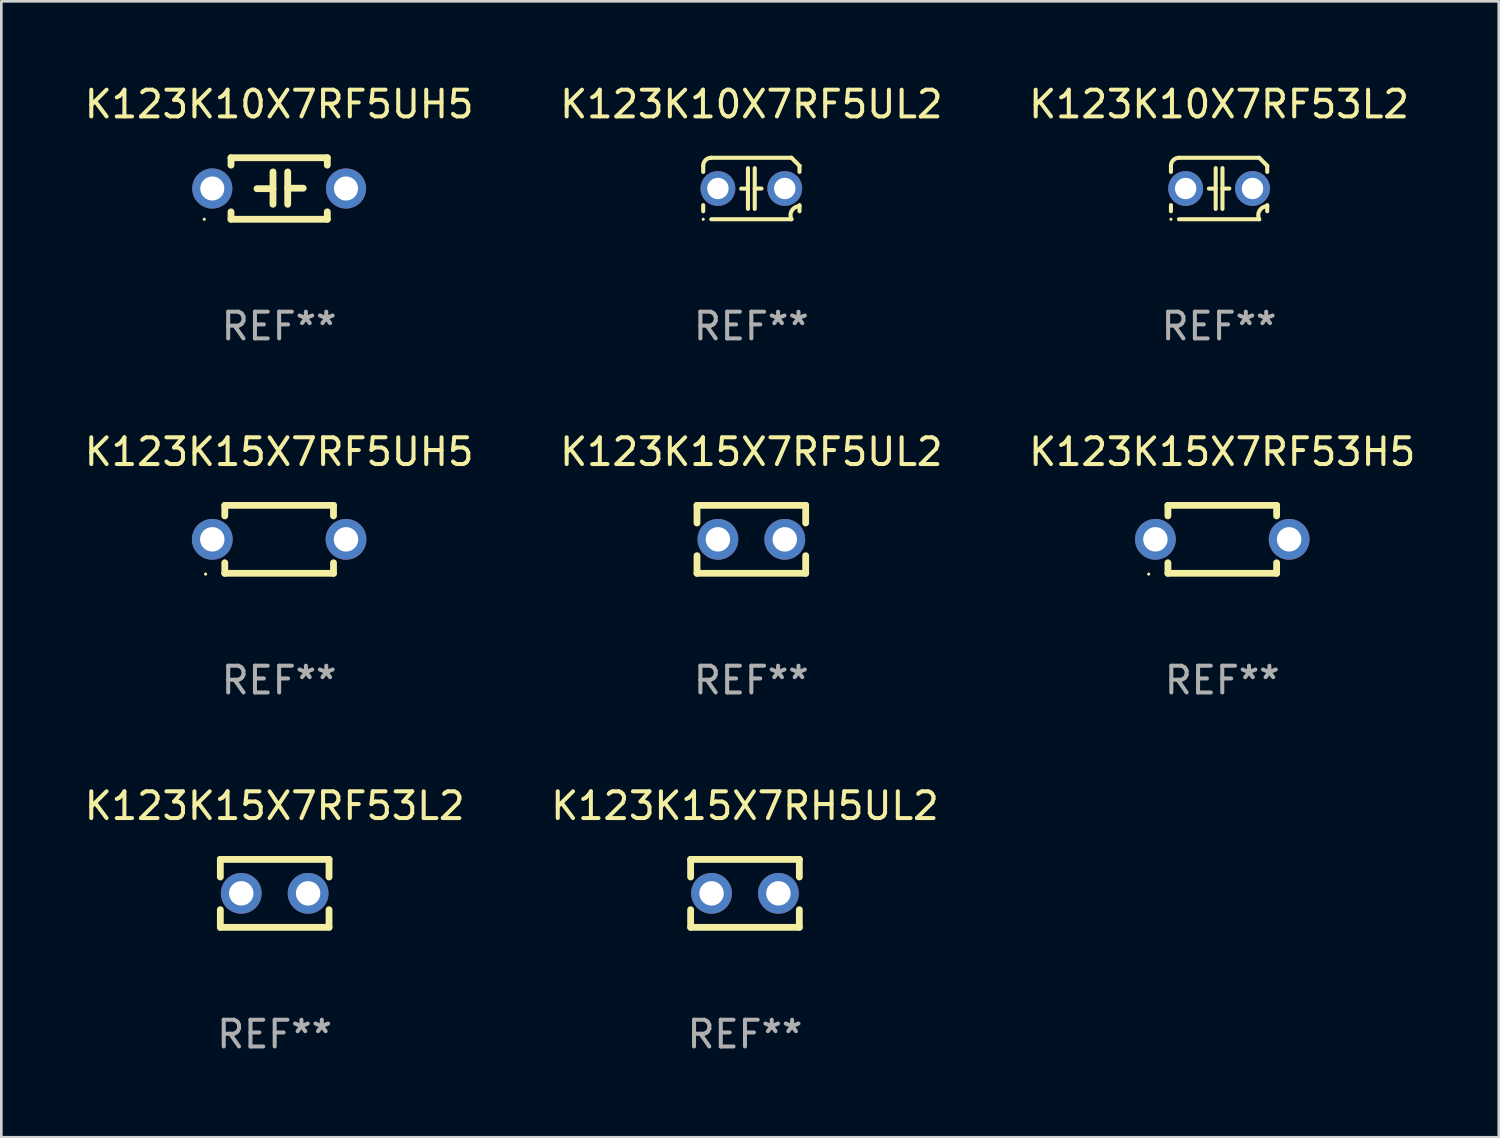
<source format=kicad_pcb>
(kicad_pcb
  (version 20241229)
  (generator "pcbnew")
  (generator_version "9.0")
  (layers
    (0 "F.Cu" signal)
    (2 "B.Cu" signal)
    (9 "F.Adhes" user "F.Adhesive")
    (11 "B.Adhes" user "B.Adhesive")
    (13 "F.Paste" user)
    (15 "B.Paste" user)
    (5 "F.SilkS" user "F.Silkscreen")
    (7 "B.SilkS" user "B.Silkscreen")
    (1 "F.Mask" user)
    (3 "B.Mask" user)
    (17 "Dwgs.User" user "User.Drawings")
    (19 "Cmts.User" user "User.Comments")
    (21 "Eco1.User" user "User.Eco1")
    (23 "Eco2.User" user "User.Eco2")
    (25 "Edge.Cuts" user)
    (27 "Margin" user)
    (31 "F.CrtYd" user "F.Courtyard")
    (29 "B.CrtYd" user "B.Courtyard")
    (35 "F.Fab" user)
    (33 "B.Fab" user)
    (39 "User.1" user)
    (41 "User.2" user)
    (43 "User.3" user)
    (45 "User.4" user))
  (footprint "K123K15X7RH5UL2"
    (layer "F.Cu")
    (at 24.804 30.351)
    (property "Reference" "K123K15X7RH5UL2" (at 0 -3.27 0) (layer "F.SilkS") (effects (font (size 1 1) (thickness 0.15))))
    (attr through_hole)
    (fp_line (start -2.032 -1.27) (end -2.032 -0.611) (stroke (width 0.254) (type solid)) (layer "F.SilkS"))
    (fp_line (start -2.032 0.611) (end -2.032 1.27) (stroke (width 0.254) (type solid)) (layer "F.SilkS"))
    (fp_line (start -2.032 1.27) (end 2.032 1.27) (stroke (width 0.254) (type solid)) (layer "F.SilkS"))
    (fp_line (start 2.032 -1.27) (end -2.032 -1.27) (stroke (width 0.254) (type solid)) (layer "F.SilkS"))
    (fp_line (start 2.032 -0.611) (end 2.032 -1.27) (stroke (width 0.254) (type solid)) (layer "F.SilkS"))
    (fp_line (start 2.032 1.27) (end 2.032 0.611) (stroke (width 0.254) (type solid)) (layer "F.SilkS"))
    (fp_circle (center -2 1.3) (end -1.97 1.3) (stroke (width 0.06) (type solid)) (fill no) (layer "F.SilkS"))
    (fp_text user "REF**" (at 0 5.27 0) (layer "F.Fab") (effects (font (size 1 1) (thickness 0.15))))
    (pad "1" thru_hole circle (at -1.25 0) (size 1.524 1.524) (drill 0.914) (layers "*.Cu" "*.Mask"))
    (pad "2" thru_hole circle (at 1.25 0) (size 1.524 1.524) (drill 0.914) (layers "*.Cu" "*.Mask")))
  (footprint "K123K15X7RF5UH5"
    (layer "F.Cu")
    (at 7.387 17.115)
    (property "Reference" "K123K15X7RF5UH5" (at 0 -3.27 0) (layer "F.SilkS") (effects (font (size 1 1) (thickness 0.15))))
    (attr through_hole)
    (fp_line (start -2.032 -1.27) (end -2.032 -0.876) (stroke (width 0.254) (type solid)) (layer "F.SilkS"))
    (fp_line (start -2.032 0.876) (end -2.032 1.27) (stroke (width 0.254) (type solid)) (layer "F.SilkS"))
    (fp_line (start -2.032 1.27) (end 2.032 1.27) (stroke (width 0.254) (type solid)) (layer "F.SilkS"))
    (fp_line (start 2.032 -1.27) (end -2.032 -1.27) (stroke (width 0.254) (type solid)) (layer "F.SilkS"))
    (fp_line (start 2.032 -0.876) (end 2.032 -1.27) (stroke (width 0.254) (type solid)) (layer "F.SilkS"))
    (fp_line (start 2.032 1.27) (end 2.032 0.876) (stroke (width 0.254) (type solid)) (layer "F.SilkS"))
    (fp_circle (center -2.751 1.3) (end -2.721 1.3) (stroke (width 0.06) (type solid)) (fill no) (layer "F.SilkS"))
    (fp_text user "REF**" (at 0 5.27 0) (layer "F.Fab") (effects (font (size 1 1) (thickness 0.15))))
    (pad "1" thru_hole circle (at -2.5 0) (size 1.524 1.524) (drill 0.914) (layers "*.Cu" "*.Mask"))
    (pad "2" thru_hole circle (at 2.5 0) (size 1.524 1.524) (drill 0.914) (layers "*.Cu" "*.Mask")))
  (footprint "K123K10X7RF53L2"
    (layer "F.Cu")
    (at 42.53 3.998)
    (property "Reference" "K123K10X7RF53L2" (at 0 -3.15 0) (layer "F.SilkS") (effects (font (size 1 1) (thickness 0.15))))
    (attr through_hole)
    (fp_line (start -1.8 -0.621) (end -1.8 -0.85) (stroke (width 0.152) (type solid)) (layer "F.SilkS"))
    (fp_line (start -1.8 0.85) (end -1.8 0.621) (stroke (width 0.152) (type solid)) (layer "F.SilkS"))
    (fp_line (start -1.5 -1.15) (end 1.5 -1.15) (stroke (width 0.152) (type solid)) (layer "F.SilkS"))
    (fp_line (start -0.127 -0.762) (end -0.127 0.762) (stroke (width 0.152) (type solid)) (layer "F.SilkS"))
    (fp_line (start -0.127 0.005) (end -0.381 0.005) (stroke (width 0.152) (type solid)) (layer "F.SilkS"))
    (fp_line (start 0.127 -0.762) (end 0.127 0.762) (stroke (width 0.152) (type solid)) (layer "F.SilkS"))
    (fp_line (start 0.127 0.002) (end 0.381 0.002) (stroke (width 0.152) (type solid)) (layer "F.SilkS"))
    (fp_line (start 1.5 1.15) (end -1.5 1.15) (stroke (width 0.152) (type solid)) (layer "F.SilkS"))
    (fp_line (start 1.8 -0.85) (end 1.8 -0.621) (stroke (width 0.152) (type solid)) (layer "F.SilkS"))
    (fp_line (start 1.8 0.621) (end 1.8 0.85) (stroke (width 0.152) (type solid)) (layer "F.SilkS"))
    (fp_arc (start -1.799975 -0.849987) (mid -1.712107 -1.062119) (end -1.499975 -1.149987) (stroke (width 0.151994) (type solid)) (layer "F.SilkS"))
    (fp_arc (start 1.499975 1.149987) (mid 1.513726 0.822359) (end 1.799975 0.662387) (stroke (width 0.151994) (type solid)) (layer "F.SilkS"))
    (fp_arc (start 1.500001 -1.149986) (mid 1.650015 -1.000001) (end 1.8 -0.849987) (stroke (width 0.151994) (type solid)) (layer "F.SilkS"))
    (fp_circle (center -1.8 1.15) (end -1.77 1.15) (stroke (width 0.06) (type solid)) (fill no) (layer "F.SilkS"))
    (fp_text user "REF**" (at 0 5.15 0) (layer "F.Fab") (effects (font (size 1 1) (thickness 0.15))))
    (pad "1" thru_hole circle (at -1.25 0) (size 1.3 1.3) (drill 0.8) (layers "*.Cu" "*.Mask"))
    (pad "2" thru_hole circle (at 1.25 0) (size 1.3 1.3) (drill 0.8) (layers "*.Cu" "*.Mask")))
  (footprint "K123K10X7RF5UH5"
    (layer "F.Cu")
    (at 7.387 3.998)
    (property "Reference" "K123K10X7RF5UH5" (at 0 -3.15 0) (layer "F.SilkS") (effects (font (size 1 1) (thickness 0.15))))
    (attr through_hole)
    (fp_line (start -1.8 -1.15) (end -1.8 -0.872) (stroke (width 0.254) (type solid)) (layer "F.SilkS"))
    (fp_line (start -1.8 -1.15) (end 1.8 -1.15) (stroke (width 0.254) (type solid)) (layer "F.SilkS"))
    (fp_line (start -1.8 0.872) (end -1.8 1.15) (stroke (width 0.254) (type solid)) (layer "F.SilkS"))
    (fp_line (start -1.8 1.15) (end 1.8 1.15) (stroke (width 0.254) (type solid)) (layer "F.SilkS"))
    (fp_line (start -0.23 -0.62) (end -0.23 0.59) (stroke (width 0.254) (type solid)) (layer "F.SilkS"))
    (fp_line (start -0.23 0.007) (end -0.83 0.007) (stroke (width 0.254) (type solid)) (layer "F.SilkS"))
    (fp_line (start 0.32 -0.62) (end 0.32 0.59) (stroke (width 0.254) (type solid)) (layer "F.SilkS"))
    (fp_line (start 0.32 -0.012) (end 0.9 -0.012) (stroke (width 0.254) (type solid)) (layer "F.SilkS"))
    (fp_line (start 1.8 -1.15) (end 1.8 -0.872) (stroke (width 0.254) (type solid)) (layer "F.SilkS"))
    (fp_line (start 1.8 0.872) (end 1.8 1.15) (stroke (width 0.254) (type solid)) (layer "F.SilkS"))
    (fp_circle (center -2.8 1.15) (end -2.77 1.15) (stroke (width 0.06) (type solid)) (fill no) (layer "F.SilkS"))
    (fp_text user "REF**" (at 0 5.15 0) (layer "F.Fab") (effects (font (size 1 1) (thickness 0.15))))
    (pad "1" thru_hole circle (at -2.5 0) (size 1.5 1.5) (drill 0.9) (layers "*.Cu" "*.Mask"))
    (pad "2" thru_hole circle (at 2.5 0) (size 1.5 1.5) (drill 0.9) (layers "*.Cu" "*.Mask")))
  (footprint "K123K15X7RF53L2"
    (layer "F.Cu")
    (at 7.22 30.351)
    (property "Reference" "K123K15X7RF53L2" (at 0 -3.27 0) (layer "F.SilkS") (effects (font (size 1 1) (thickness 0.15))))
    (attr through_hole)
    (fp_line (start -2.032 -1.27) (end -2.032 -0.611) (stroke (width 0.254) (type solid)) (layer "F.SilkS"))
    (fp_line (start -2.032 0.611) (end -2.032 1.27) (stroke (width 0.254) (type solid)) (layer "F.SilkS"))
    (fp_line (start -2.032 1.27) (end 2.032 1.27) (stroke (width 0.254) (type solid)) (layer "F.SilkS"))
    (fp_line (start 2.032 -1.27) (end -2.032 -1.27) (stroke (width 0.254) (type solid)) (layer "F.SilkS"))
    (fp_line (start 2.032 -0.611) (end 2.032 -1.27) (stroke (width 0.254) (type solid)) (layer "F.SilkS"))
    (fp_line (start 2.032 1.27) (end 2.032 0.611) (stroke (width 0.254) (type solid)) (layer "F.SilkS"))
    (fp_circle (center -2 1.3) (end -1.97 1.3) (stroke (width 0.06) (type solid)) (fill no) (layer "F.SilkS"))
    (fp_text user "REF**" (at 0 5.27 0) (layer "F.Fab") (effects (font (size 1 1) (thickness 0.15))))
    (pad "1" thru_hole circle (at -1.25 0) (size 1.524 1.524) (drill 0.914) (layers "*.Cu" "*.Mask"))
    (pad "2" thru_hole circle (at 1.25 0) (size 1.524 1.524) (drill 0.914) (layers "*.Cu" "*.Mask")))
  (footprint "K123K10X7RF5UL2"
    (layer "F.Cu")
    (at 25.042 3.998)
    (property "Reference" "K123K10X7RF5UL2" (at 0 -3.15 0) (layer "F.SilkS") (effects (font (size 1 1) (thickness 0.15))))
    (attr through_hole)
    (fp_line (start -1.8 -0.621) (end -1.8 -0.85) (stroke (width 0.152) (type solid)) (layer "F.SilkS"))
    (fp_line (start -1.8 0.85) (end -1.8 0.621) (stroke (width 0.152) (type solid)) (layer "F.SilkS"))
    (fp_line (start -1.5 -1.15) (end 1.5 -1.15) (stroke (width 0.152) (type solid)) (layer "F.SilkS"))
    (fp_line (start -0.127 -0.762) (end -0.127 0.762) (stroke (width 0.152) (type solid)) (layer "F.SilkS"))
    (fp_line (start -0.127 0.005) (end -0.381 0.005) (stroke (width 0.152) (type solid)) (layer "F.SilkS"))
    (fp_line (start 0.127 -0.762) (end 0.127 0.762) (stroke (width 0.152) (type solid)) (layer "F.SilkS"))
    (fp_line (start 0.127 0.002) (end 0.381 0.002) (stroke (width 0.152) (type solid)) (layer "F.SilkS"))
    (fp_line (start 1.5 1.15) (end -1.5 1.15) (stroke (width 0.152) (type solid)) (layer "F.SilkS"))
    (fp_line (start 1.8 -0.85) (end 1.8 -0.621) (stroke (width 0.152) (type solid)) (layer "F.SilkS"))
    (fp_line (start 1.8 0.621) (end 1.8 0.85) (stroke (width 0.152) (type solid)) (layer "F.SilkS"))
    (fp_arc (start -1.799975 -0.849987) (mid -1.712107 -1.062119) (end -1.499975 -1.149987) (stroke (width 0.151994) (type solid)) (layer "F.SilkS"))
    (fp_arc (start 1.499975 1.149987) (mid 1.513726 0.822359) (end 1.799975 0.662387) (stroke (width 0.151994) (type solid)) (layer "F.SilkS"))
    (fp_arc (start 1.500001 -1.149986) (mid 1.650015 -1.000001) (end 1.8 -0.849987) (stroke (width 0.151994) (type solid)) (layer "F.SilkS"))
    (fp_circle (center -1.8 1.15) (end -1.77 1.15) (stroke (width 0.06) (type solid)) (fill no) (layer "F.SilkS"))
    (fp_text user "REF**" (at 0 5.15 0) (layer "F.Fab") (effects (font (size 1 1) (thickness 0.15))))
    (pad "1" thru_hole circle (at -1.25 0) (size 1.3 1.3) (drill 0.8) (layers "*.Cu" "*.Mask"))
    (pad "2" thru_hole circle (at 1.25 0) (size 1.3 1.3) (drill 0.8) (layers "*.Cu" "*.Mask")))
  (footprint "K123K15X7RF5UL2"
    (layer "F.Cu")
    (at 25.042 17.115)
    (property "Reference" "K123K15X7RF5UL2" (at 0 -3.27 0) (layer "F.SilkS") (effects (font (size 1 1) (thickness 0.15))))
    (attr through_hole)
    (fp_line (start -2.032 -1.27) (end -2.032 -0.611) (stroke (width 0.254) (type solid)) (layer "F.SilkS"))
    (fp_line (start -2.032 0.611) (end -2.032 1.27) (stroke (width 0.254) (type solid)) (layer "F.SilkS"))
    (fp_line (start -2.032 1.27) (end 2.032 1.27) (stroke (width 0.254) (type solid)) (layer "F.SilkS"))
    (fp_line (start 2.032 -1.27) (end -2.032 -1.27) (stroke (width 0.254) (type solid)) (layer "F.SilkS"))
    (fp_line (start 2.032 -0.611) (end 2.032 -1.27) (stroke (width 0.254) (type solid)) (layer "F.SilkS"))
    (fp_line (start 2.032 1.27) (end 2.032 0.611) (stroke (width 0.254) (type solid)) (layer "F.SilkS"))
    (fp_circle (center -2 1.3) (end -1.97 1.3) (stroke (width 0.06) (type solid)) (fill no) (layer "F.SilkS"))
    (fp_text user "REF**" (at 0 5.27 0) (layer "F.Fab") (effects (font (size 1 1) (thickness 0.15))))
    (pad "1" thru_hole circle (at -1.25 0) (size 1.524 1.524) (drill 0.914) (layers "*.Cu" "*.Mask"))
    (pad "2" thru_hole circle (at 1.25 0) (size 1.524 1.524) (drill 0.914) (layers "*.Cu" "*.Mask")))
  (footprint "K123K15X7RF53H5"
    (layer "F.Cu")
    (at 42.649 17.115)
    (property "Reference" "K123K15X7RF53H5" (at 0 -3.27 0) (layer "F.SilkS") (effects (font (size 1 1) (thickness 0.15))))
    (attr through_hole)
    (fp_line (start -2.032 -1.27) (end -2.032 -0.876) (stroke (width 0.254) (type solid)) (layer "F.SilkS"))
    (fp_line (start -2.032 0.876) (end -2.032 1.27) (stroke (width 0.254) (type solid)) (layer "F.SilkS"))
    (fp_line (start -2.032 1.27) (end 2.032 1.27) (stroke (width 0.254) (type solid)) (layer "F.SilkS"))
    (fp_line (start 2.032 -1.27) (end -2.032 -1.27) (stroke (width 0.254) (type solid)) (layer "F.SilkS"))
    (fp_line (start 2.032 -0.876) (end 2.032 -1.27) (stroke (width 0.254) (type solid)) (layer "F.SilkS"))
    (fp_line (start 2.032 1.27) (end 2.032 0.876) (stroke (width 0.254) (type solid)) (layer "F.SilkS"))
    (fp_circle (center -2.751 1.3) (end -2.721 1.3) (stroke (width 0.06) (type solid)) (fill no) (layer "F.SilkS"))
    (fp_text user "REF**" (at 0 5.27 0) (layer "F.Fab") (effects (font (size 1 1) (thickness 0.15))))
    (pad "1" thru_hole circle (at -2.5 0) (size 1.524 1.524) (drill 0.914) (layers "*.Cu" "*.Mask"))
    (pad "2" thru_hole circle (at 2.5 0) (size 1.524 1.524) (drill 0.914) (layers "*.Cu" "*.Mask")))
  (gr_rect
    (start -3 -3)
    (end 52.988 39.47)
    (stroke (width 0.1) (type default))
    (fill no)
    (layer "Edge.Cuts")))
</source>
